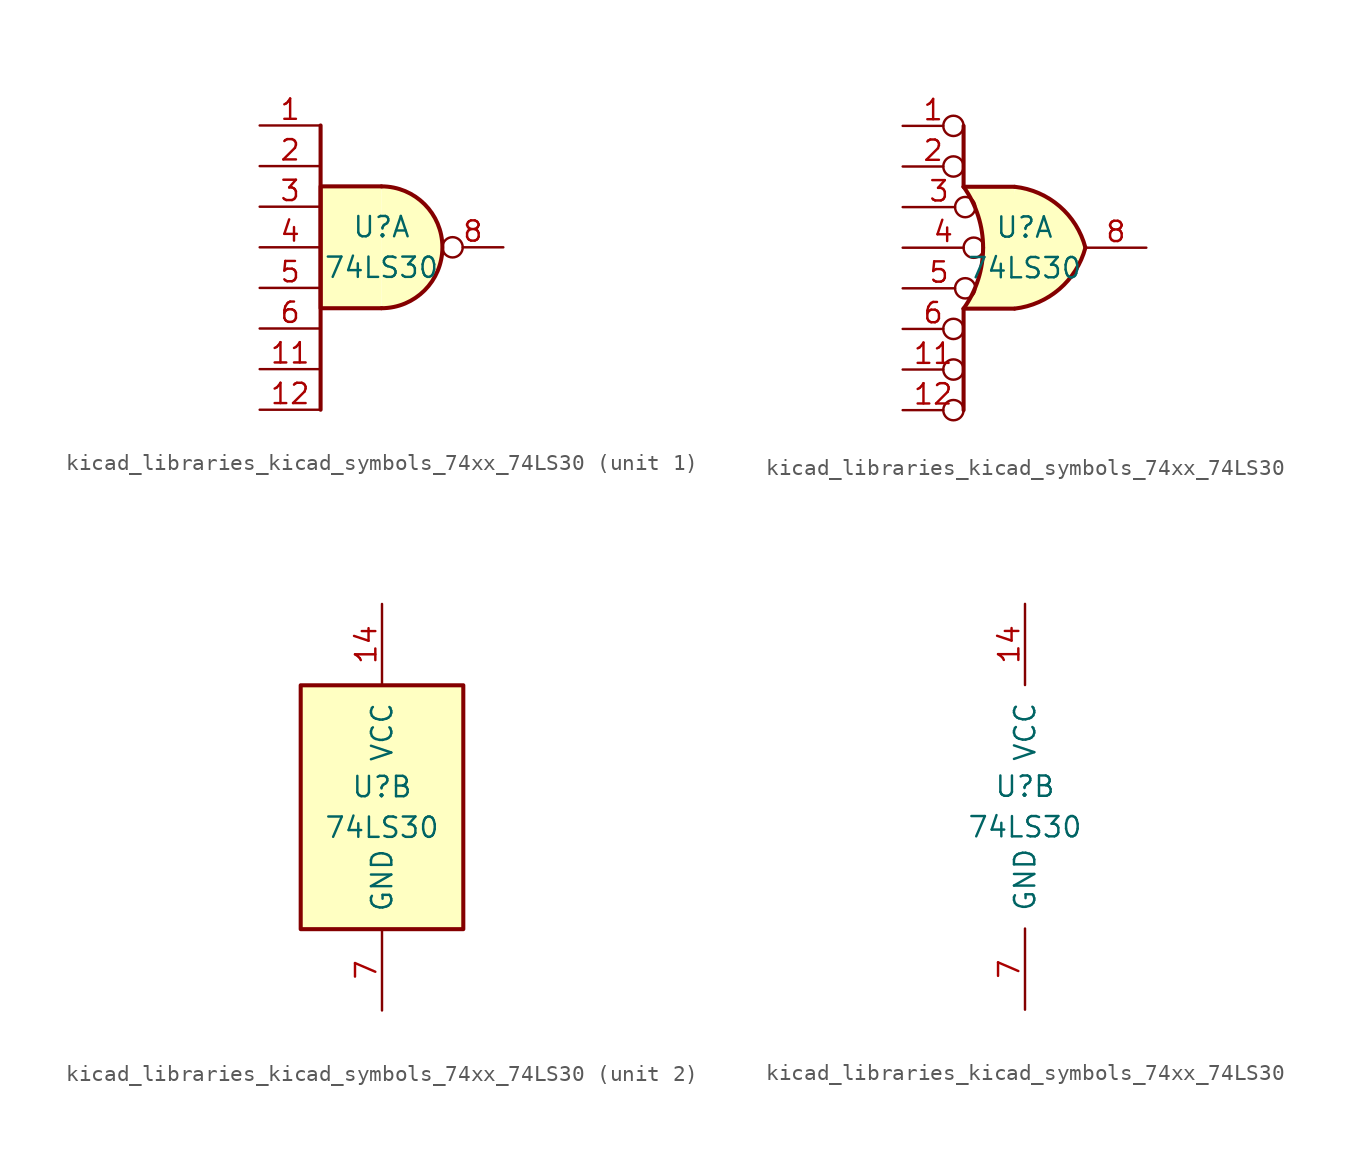
<source format=kicad_sym>
(kicad_symbol_lib
  (version 20220914)
  (generator kicad_symbol_editor)
  (symbol "kicad_libraries_kicad_symbols_74xx_74LS30"
    (pin_names
      (offset 1.016))
    (property "Reference" "U"
      (at 0 1.27 0)
      (effects (font (size 1.27 1.27))))
    (property "Value" "74LS30"
      (at 0 -1.27 0)
      (effects (font (size 1.27 1.27))))
    (property "ki_locked" ""
      (at 0 0 0)
      (effects (font (size 1.27 1.27))))
    (symbol "kicad_libraries_kicad_symbols_74xx_74LS30_1_1"
      (arc (start 0 -3.81) (mid 3.7934 0) (end 0 3.81) (stroke (width 0.254) (type default)) (fill (type background)))
      (polyline (pts (xy -3.81 7.62) (xy -3.81 -10.16)) (stroke (width 0.254) (type default)) (fill (type none)))
      (polyline (pts (xy 0 3.81) (xy -3.81 3.81) (xy -3.81 -3.81) (xy 0 -3.81)) (stroke (width 0.254) (type default)) (fill (type background)))
      (pin input line (at -7.62 7.62 0) (length 3.81) (name "~" (effects (font (size 1.27 1.27)))) (number "1" (effects (font (size 1.27 1.27)))))
      (pin input line (at -7.62 -7.62 0) (length 3.81) (name "~" (effects (font (size 1.27 1.27)))) (number "11" (effects (font (size 1.27 1.27)))))
      (pin input line (at -7.62 -10.16 0) (length 3.81) (name "~" (effects (font (size 1.27 1.27)))) (number "12" (effects (font (size 1.27 1.27)))))
      (pin input line (at -7.62 5.08 0) (length 3.81) (name "~" (effects (font (size 1.27 1.27)))) (number "2" (effects (font (size 1.27 1.27)))))
      (pin input line (at -7.62 2.54 0) (length 3.81) (name "~" (effects (font (size 1.27 1.27)))) (number "3" (effects (font (size 1.27 1.27)))))
      (pin input line (at -7.62 0 0) (length 3.81) (name "~" (effects (font (size 1.27 1.27)))) (number "4" (effects (font (size 1.27 1.27)))))
      (pin input line (at -7.62 -2.54 0) (length 3.81) (name "~" (effects (font (size 1.27 1.27)))) (number "5" (effects (font (size 1.27 1.27)))))
      (pin input line (at -7.62 -5.08 0) (length 3.81) (name "~" (effects (font (size 1.27 1.27)))) (number "6" (effects (font (size 1.27 1.27)))))
      (pin output inverted (at 7.62 0 180) (length 3.81) (name "~" (effects (font (size 1.27 1.27)))) (number "8" (effects (font (size 1.27 1.27))))))
    (symbol "kicad_libraries_kicad_symbols_74xx_74LS30_1_2"
      (arc (start -3.81 -3.81) (mid -2.589 0) (end -3.81 3.81) (stroke (width 0.254) (type default)) (fill (type none)))
      (arc (start -0.6096 -3.81) (mid 2.1842 -2.5851) (end 3.81 0) (stroke (width 0.254) (type default)) (fill (type background)))
      (polyline (pts (xy -3.81 -3.81) (xy -3.81 -10.16)) (stroke (width 0.254) (type default)) (fill (type none)))
      (polyline (pts (xy -3.81 -3.81) (xy -0.635 -3.81)) (stroke (width 0.254) (type default)) (fill (type background)))
      (polyline (pts (xy -3.81 3.81) (xy -0.635 3.81)) (stroke (width 0.254) (type default)) (fill (type background)))
      (polyline (pts (xy -3.81 7.62) (xy -3.81 3.81)) (stroke (width 0.254) (type default)) (fill (type none)))
      (polyline (pts (xy -0.635 3.81) (xy -3.81 3.81) (xy -3.81 3.81) (xy -3.556 3.404) (xy -3.023 2.261) (xy -2.692 1.041) (xy -2.616 -0.254) (xy -2.769 -1.499) (xy -3.175 -2.718) (xy -3.81 -3.81) (xy -3.81 -3.81) (xy -0.635 -3.81)) (stroke (width -25.4) (type default)) (fill (type background)))
      (arc (start 3.81 0) (mid 2.1915 2.5936) (end -0.6096 3.81) (stroke (width 0.254) (type default)) (fill (type background)))
      (pin input inverted (at -7.62 7.62 0) (length 3.81) (name "~" (effects (font (size 1.27 1.27)))) (number "1" (effects (font (size 1.27 1.27)))))
      (pin input inverted (at -7.62 -7.62 0) (length 3.81) (name "~" (effects (font (size 1.27 1.27)))) (number "11" (effects (font (size 1.27 1.27)))))
      (pin input inverted (at -7.62 -10.16 0) (length 3.81) (name "~" (effects (font (size 1.27 1.27)))) (number "12" (effects (font (size 1.27 1.27)))))
      (pin input inverted (at -7.62 5.08 0) (length 3.81) (name "~" (effects (font (size 1.27 1.27)))) (number "2" (effects (font (size 1.27 1.27)))))
      (pin input inverted (at -7.62 2.54 0) (length 4.547) (name "~" (effects (font (size 1.27 1.27)))) (number "3" (effects (font (size 1.27 1.27)))))
      (pin input inverted (at -7.62 0 0) (length 5.08) (name "~" (effects (font (size 1.27 1.27)))) (number "4" (effects (font (size 1.27 1.27)))))
      (pin input inverted (at -7.62 -2.54 0) (length 4.547) (name "~" (effects (font (size 1.27 1.27)))) (number "5" (effects (font (size 1.27 1.27)))))
      (pin input inverted (at -7.62 -5.08 0) (length 3.81) (name "~" (effects (font (size 1.27 1.27)))) (number "6" (effects (font (size 1.27 1.27)))))
      (pin output line (at 7.62 0 180) (length 3.81) (name "~" (effects (font (size 1.27 1.27)))) (number "8" (effects (font (size 1.27 1.27))))))
    (symbol "kicad_libraries_kicad_symbols_74xx_74LS30_2_0"
      (pin power_in line (at 0 12.7 270) (length 5.08) (name "VCC" (effects (font (size 1.27 1.27)))) (number "14" (effects (font (size 1.27 1.27)))))
      (pin power_in line (at 0 -12.7 90) (length 5.08) (name "GND" (effects (font (size 1.27 1.27)))) (number "7" (effects (font (size 1.27 1.27))))))
    (symbol "kicad_libraries_kicad_symbols_74xx_74LS30_2_1"
      (rectangle (start -5.08 7.62) (end 5.08 -7.62) (stroke (width 0.254) (type default)) (fill (type background))))))
</source>
